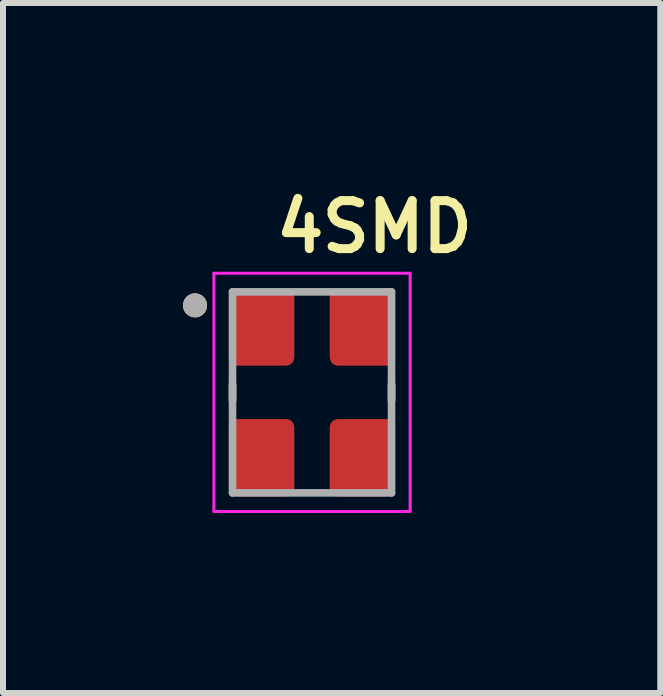
<source format=kicad_pcb>
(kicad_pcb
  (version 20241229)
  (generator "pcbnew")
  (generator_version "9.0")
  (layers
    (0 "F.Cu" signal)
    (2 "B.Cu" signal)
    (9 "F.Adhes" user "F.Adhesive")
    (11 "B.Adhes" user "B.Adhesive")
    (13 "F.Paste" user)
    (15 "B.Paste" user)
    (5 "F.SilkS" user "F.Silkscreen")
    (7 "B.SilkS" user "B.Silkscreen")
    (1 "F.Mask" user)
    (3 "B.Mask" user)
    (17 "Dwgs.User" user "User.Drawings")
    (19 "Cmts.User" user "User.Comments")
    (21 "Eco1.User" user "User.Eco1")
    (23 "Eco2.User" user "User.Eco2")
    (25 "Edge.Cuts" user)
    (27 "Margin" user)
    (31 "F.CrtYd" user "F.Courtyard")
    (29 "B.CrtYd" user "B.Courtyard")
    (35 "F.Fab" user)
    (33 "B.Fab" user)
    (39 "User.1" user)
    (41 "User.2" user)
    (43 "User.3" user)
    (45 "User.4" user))
  (footprint "4SMD"
    (layer "F.Cu")
    (at 2.15 3.489)
    (property "Reference" "4SMD" (at 1.04 -2.758 0) (layer "F.SilkS") (effects (font (size 0.8 0.8) (thickness 0.15))))
    (attr smd)
    (fp_line (start -1.325 0.132) (end -1.325 -0.132) (stroke (width 0.127) (type solid)) (layer "F.SilkS"))
    (fp_line (start 1.325 -0.132) (end 1.325 0.132) (stroke (width 0.127) (type solid)) (layer "F.SilkS"))
    (fp_circle (center -1.95 -1.45) (end -1.85 -1.45) (stroke (width 0.2) (type solid)) (fill no) (layer "F.SilkS"))
    (fp_line (start -1.635 -1.985) (end 1.635 -1.985) (stroke (width 0.05) (type solid)) (layer "F.CrtYd"))
    (fp_line (start -1.635 1.985) (end -1.635 -1.985) (stroke (width 0.05) (type solid)) (layer "F.CrtYd"))
    (fp_line (start 1.635 -1.985) (end 1.635 1.985) (stroke (width 0.05) (type solid)) (layer "F.CrtYd"))
    (fp_line (start 1.635 1.985) (end -1.635 1.985) (stroke (width 0.05) (type solid)) (layer "F.CrtYd"))
    (fp_line (start -1.325 -1.675) (end 1.325 -1.675) (stroke (width 0.127) (type solid)) (layer "F.Fab"))
    (fp_line (start -1.325 1.675) (end -1.325 -1.675) (stroke (width 0.127) (type solid)) (layer "F.Fab"))
    (fp_line (start 1.325 -1.675) (end 1.325 1.675) (stroke (width 0.127) (type solid)) (layer "F.Fab"))
    (fp_line (start 1.325 1.675) (end -1.325 1.675) (stroke (width 0.127) (type solid)) (layer "F.Fab"))
    (fp_circle (center -1.95 -1.45) (end -1.85 -1.45) (stroke (width 0.2) (type solid)) (fill no) (layer "F.Fab"))
    (pad "1" smd roundrect (at -0.84 -1.09) (size 1.09 1.29) (layers "F.Cu" "F.Mask" "F.Paste") (roundrect_rratio 0.125))
    (pad "2" smd roundrect (at -0.84 1.09) (size 1.09 1.29) (layers "F.Cu" "F.Mask" "F.Paste") (roundrect_rratio 0.125))
    (pad "3" smd roundrect (at 0.84 1.09) (size 1.09 1.29) (layers "F.Cu" "F.Mask" "F.Paste") (roundrect_rratio 0.125))
    (pad "4" smd roundrect (at 0.84 -1.09) (size 1.09 1.29) (layers "F.Cu" "F.Mask" "F.Paste") (roundrect_rratio 0.125)))
  (gr_rect
    (start -3 -3)
    (end 7.954 8.499)
    (stroke (width 0.1) (type default))
    (fill no)
    (layer "Edge.Cuts")))
</source>
